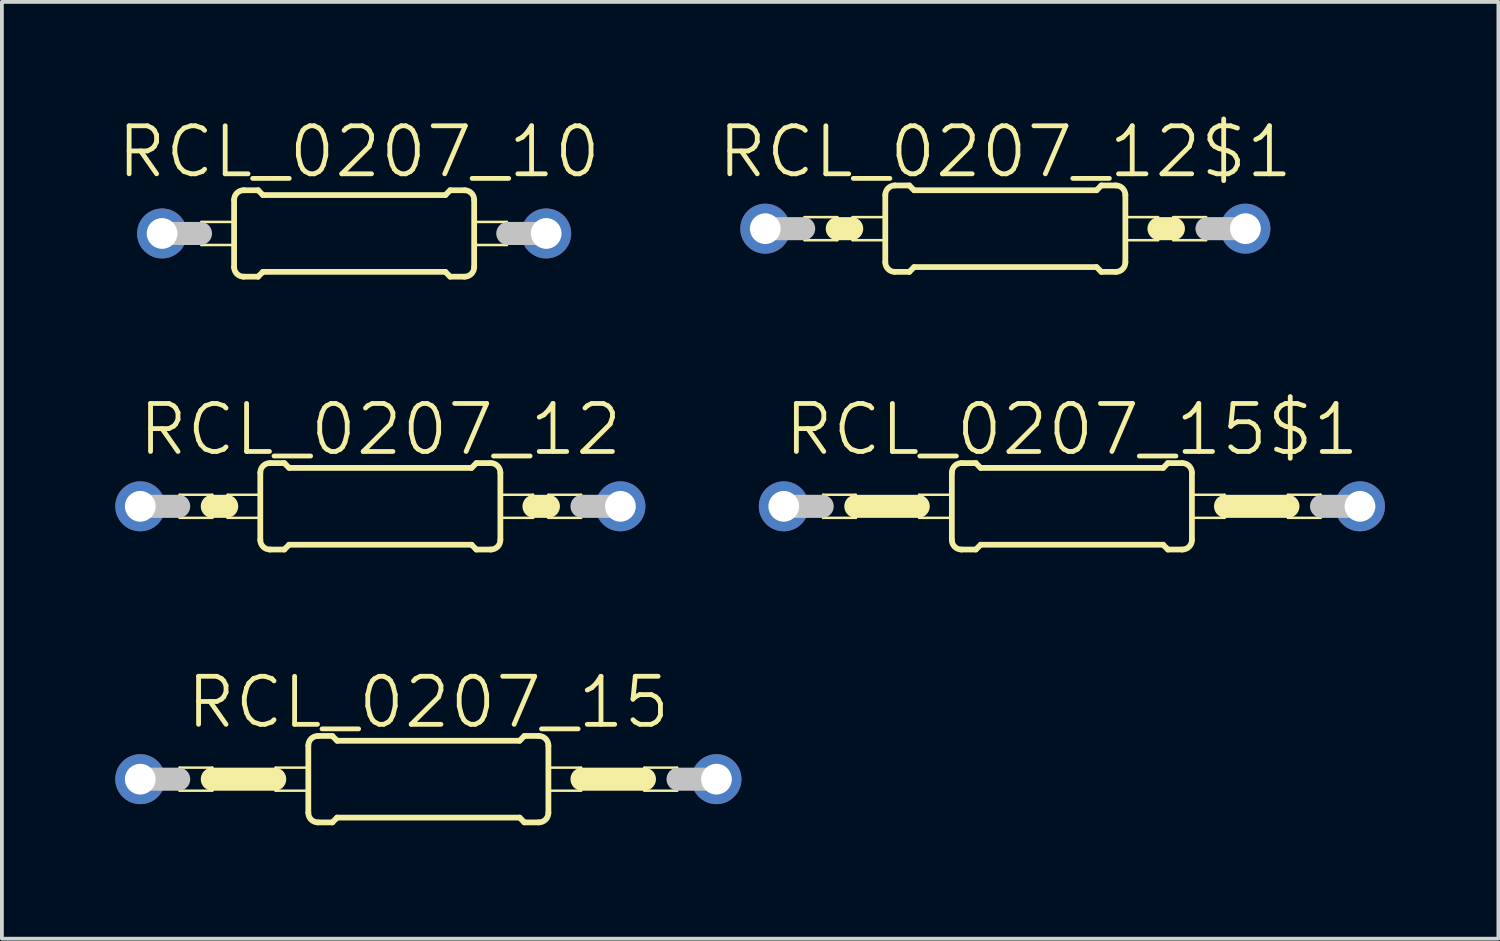
<source format=kicad_pcb>
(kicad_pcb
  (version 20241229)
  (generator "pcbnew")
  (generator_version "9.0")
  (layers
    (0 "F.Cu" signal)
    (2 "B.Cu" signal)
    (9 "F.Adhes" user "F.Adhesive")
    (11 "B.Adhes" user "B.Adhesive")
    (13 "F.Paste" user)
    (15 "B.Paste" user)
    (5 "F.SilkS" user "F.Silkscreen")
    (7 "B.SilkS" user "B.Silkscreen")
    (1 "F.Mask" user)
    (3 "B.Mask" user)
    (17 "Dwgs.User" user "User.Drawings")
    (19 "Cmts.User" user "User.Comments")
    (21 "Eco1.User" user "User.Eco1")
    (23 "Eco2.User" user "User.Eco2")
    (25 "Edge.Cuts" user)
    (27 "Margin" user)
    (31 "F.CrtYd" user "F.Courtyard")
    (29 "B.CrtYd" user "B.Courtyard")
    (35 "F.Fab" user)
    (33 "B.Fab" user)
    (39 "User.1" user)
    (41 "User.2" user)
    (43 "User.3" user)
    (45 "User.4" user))
  (footprint "RCL_0207_15$1"
    (layer "F.Cu")
    (at 25.301 10.342)
    (property "Reference" "RCL_0207_15$1" (at 0 -2.032 0) (layer "F.SilkS") (effects (font (size 1.27 1.27) (thickness 0.127))))
    (attr exclude_from_pos_files exclude_from_bom)
    (fp_line (start -6.579 -0.305) (end -5.715 -0.305) (stroke (width 0.066) (type solid)) (layer "F.SilkS"))
    (fp_line (start -6.579 0.305) (end -6.579 -0.305) (stroke (width 0.066) (type solid)) (layer "F.SilkS"))
    (fp_line (start -6.579 0.305) (end -5.715 0.305) (stroke (width 0.066) (type solid)) (layer "F.SilkS"))
    (fp_line (start -5.715 0) (end -4.064 0) (stroke (width 0.61) (type solid)) (layer "F.SilkS"))
    (fp_line (start -5.715 0.305) (end -5.715 -0.305) (stroke (width 0.066) (type solid)) (layer "F.SilkS"))
    (fp_line (start -4.039 -0.305) (end -3.175 -0.305) (stroke (width 0.066) (type solid)) (layer "F.SilkS"))
    (fp_line (start -4.039 0.305) (end -4.039 -0.305) (stroke (width 0.066) (type solid)) (layer "F.SilkS"))
    (fp_line (start -4.039 0.305) (end -3.175 0.305) (stroke (width 0.066) (type solid)) (layer "F.SilkS"))
    (fp_line (start -3.175 0.305) (end -3.175 -0.305) (stroke (width 0.066) (type solid)) (layer "F.SilkS"))
    (fp_line (start -3.175 0.889) (end -3.175 -0.889) (stroke (width 0.152) (type solid)) (layer "F.SilkS"))
    (fp_line (start -2.921 -1.143) (end -2.54 -1.143) (stroke (width 0.152) (type solid)) (layer "F.SilkS"))
    (fp_line (start -2.921 1.143) (end -2.54 1.143) (stroke (width 0.152) (type solid)) (layer "F.SilkS"))
    (fp_line (start -2.413 -1.016) (end -2.54 -1.143) (stroke (width 0.152) (type solid)) (layer "F.SilkS"))
    (fp_line (start -2.413 1.016) (end -2.54 1.143) (stroke (width 0.152) (type solid)) (layer "F.SilkS"))
    (fp_line (start 2.413 -1.016) (end -2.413 -1.016) (stroke (width 0.152) (type solid)) (layer "F.SilkS"))
    (fp_line (start 2.413 -1.016) (end 2.54 -1.143) (stroke (width 0.152) (type solid)) (layer "F.SilkS"))
    (fp_line (start 2.413 1.016) (end -2.413 1.016) (stroke (width 0.152) (type solid)) (layer "F.SilkS"))
    (fp_line (start 2.413 1.016) (end 2.54 1.143) (stroke (width 0.152) (type solid)) (layer "F.SilkS"))
    (fp_line (start 2.921 -1.143) (end 2.54 -1.143) (stroke (width 0.152) (type solid)) (layer "F.SilkS"))
    (fp_line (start 2.921 1.143) (end 2.54 1.143) (stroke (width 0.152) (type solid)) (layer "F.SilkS"))
    (fp_line (start 3.175 -0.305) (end 4.039 -0.305) (stroke (width 0.066) (type solid)) (layer "F.SilkS"))
    (fp_line (start 3.175 0.305) (end 3.175 -0.305) (stroke (width 0.066) (type solid)) (layer "F.SilkS"))
    (fp_line (start 3.175 0.305) (end 4.039 0.305) (stroke (width 0.066) (type solid)) (layer "F.SilkS"))
    (fp_line (start 3.175 0.889) (end 3.175 -0.889) (stroke (width 0.152) (type solid)) (layer "F.SilkS"))
    (fp_line (start 4.039 0.305) (end 4.039 -0.305) (stroke (width 0.066) (type solid)) (layer "F.SilkS"))
    (fp_line (start 5.715 -0.305) (end 6.579 -0.305) (stroke (width 0.066) (type solid)) (layer "F.SilkS"))
    (fp_line (start 5.715 0) (end 4.064 0) (stroke (width 0.61) (type solid)) (layer "F.SilkS"))
    (fp_line (start 5.715 0.305) (end 5.715 -0.305) (stroke (width 0.066) (type solid)) (layer "F.SilkS"))
    (fp_line (start 5.715 0.305) (end 6.579 0.305) (stroke (width 0.066) (type solid)) (layer "F.SilkS"))
    (fp_line (start 6.579 0.305) (end 6.579 -0.305) (stroke (width 0.066) (type solid)) (layer "F.SilkS"))
    (fp_arc (start -3.175 -0.889) (mid -3.100605 -1.068605) (end -2.921 -1.143) (stroke (width 0.1524) (type solid)) (layer "F.SilkS"))
    (fp_arc (start -2.921 1.143) (mid -3.100605 1.068605) (end -3.175 0.889) (stroke (width 0.1524) (type solid)) (layer "F.SilkS"))
    (fp_arc (start 2.921 -1.143) (mid 3.100605 -1.068605) (end 3.175 -0.889) (stroke (width 0.1524) (type solid)) (layer "F.SilkS"))
    (fp_arc (start 3.175 0.889) (mid 3.100605 1.068605) (end 2.921 1.143) (stroke (width 0.1524) (type solid)) (layer "F.SilkS"))
    (fp_line (start -7.62 0) (end -6.604 0) (stroke (width 0.61) (type solid)) (layer "Dwgs.User"))
    (fp_line (start 7.62 0) (end 6.604 0) (stroke (width 0.61) (type solid)) (layer "Dwgs.User"))
    (pad "1" thru_hole circle (at -7.62 0) (size 1.321 1.321) (drill 0.813) (layers "*.Cu" "*.Paste" "*.Mask"))
    (pad "2" thru_hole circle (at 7.62 0) (size 1.321 1.321) (drill 0.813) (layers "*.Cu" "*.Paste" "*.Mask")))
  (footprint "RCL_0207_12$1"
    (layer "F.Cu")
    (at 23.541 2.998)
    (property "Reference" "RCL_0207_12$1" (at 0 -2.032 0) (layer "F.SilkS") (effects (font (size 1.27 1.27) (thickness 0.127))))
    (attr exclude_from_pos_files exclude_from_bom)
    (fp_line (start -5.309 -0.305) (end -4.445 -0.305) (stroke (width 0.066) (type solid)) (layer "F.SilkS"))
    (fp_line (start -5.309 0.305) (end -5.309 -0.305) (stroke (width 0.066) (type solid)) (layer "F.SilkS"))
    (fp_line (start -5.309 0.305) (end -4.445 0.305) (stroke (width 0.066) (type solid)) (layer "F.SilkS"))
    (fp_line (start -4.445 0) (end -4.064 0) (stroke (width 0.61) (type solid)) (layer "F.SilkS"))
    (fp_line (start -4.445 0.305) (end -4.445 -0.305) (stroke (width 0.066) (type solid)) (layer "F.SilkS"))
    (fp_line (start -4.039 -0.305) (end -3.175 -0.305) (stroke (width 0.066) (type solid)) (layer "F.SilkS"))
    (fp_line (start -4.039 0.305) (end -4.039 -0.305) (stroke (width 0.066) (type solid)) (layer "F.SilkS"))
    (fp_line (start -4.039 0.305) (end -3.175 0.305) (stroke (width 0.066) (type solid)) (layer "F.SilkS"))
    (fp_line (start -3.175 0.305) (end -3.175 -0.305) (stroke (width 0.066) (type solid)) (layer "F.SilkS"))
    (fp_line (start -3.175 0.889) (end -3.175 -0.889) (stroke (width 0.152) (type solid)) (layer "F.SilkS"))
    (fp_line (start -2.921 -1.143) (end -2.54 -1.143) (stroke (width 0.152) (type solid)) (layer "F.SilkS"))
    (fp_line (start -2.921 1.143) (end -2.54 1.143) (stroke (width 0.152) (type solid)) (layer "F.SilkS"))
    (fp_line (start -2.413 -1.016) (end -2.54 -1.143) (stroke (width 0.152) (type solid)) (layer "F.SilkS"))
    (fp_line (start -2.413 1.016) (end -2.54 1.143) (stroke (width 0.152) (type solid)) (layer "F.SilkS"))
    (fp_line (start 2.413 -1.016) (end -2.413 -1.016) (stroke (width 0.152) (type solid)) (layer "F.SilkS"))
    (fp_line (start 2.413 -1.016) (end 2.54 -1.143) (stroke (width 0.152) (type solid)) (layer "F.SilkS"))
    (fp_line (start 2.413 1.016) (end -2.413 1.016) (stroke (width 0.152) (type solid)) (layer "F.SilkS"))
    (fp_line (start 2.413 1.016) (end 2.54 1.143) (stroke (width 0.152) (type solid)) (layer "F.SilkS"))
    (fp_line (start 2.921 -1.143) (end 2.54 -1.143) (stroke (width 0.152) (type solid)) (layer "F.SilkS"))
    (fp_line (start 2.921 1.143) (end 2.54 1.143) (stroke (width 0.152) (type solid)) (layer "F.SilkS"))
    (fp_line (start 3.175 -0.305) (end 4.039 -0.305) (stroke (width 0.066) (type solid)) (layer "F.SilkS"))
    (fp_line (start 3.175 0.305) (end 3.175 -0.305) (stroke (width 0.066) (type solid)) (layer "F.SilkS"))
    (fp_line (start 3.175 0.305) (end 4.039 0.305) (stroke (width 0.066) (type solid)) (layer "F.SilkS"))
    (fp_line (start 3.175 0.889) (end 3.175 -0.889) (stroke (width 0.152) (type solid)) (layer "F.SilkS"))
    (fp_line (start 4.039 0.305) (end 4.039 -0.305) (stroke (width 0.066) (type solid)) (layer "F.SilkS"))
    (fp_line (start 4.445 -0.305) (end 5.309 -0.305) (stroke (width 0.066) (type solid)) (layer "F.SilkS"))
    (fp_line (start 4.445 0) (end 4.064 0) (stroke (width 0.61) (type solid)) (layer "F.SilkS"))
    (fp_line (start 4.445 0.305) (end 4.445 -0.305) (stroke (width 0.066) (type solid)) (layer "F.SilkS"))
    (fp_line (start 4.445 0.305) (end 5.309 0.305) (stroke (width 0.066) (type solid)) (layer "F.SilkS"))
    (fp_line (start 5.309 0.305) (end 5.309 -0.305) (stroke (width 0.066) (type solid)) (layer "F.SilkS"))
    (fp_arc (start -3.175 -0.889) (mid -3.100605 -1.068605) (end -2.921 -1.143) (stroke (width 0.1524) (type solid)) (layer "F.SilkS"))
    (fp_arc (start -2.921 1.143) (mid -3.100605 1.068605) (end -3.175 0.889) (stroke (width 0.1524) (type solid)) (layer "F.SilkS"))
    (fp_arc (start 2.921 -1.143) (mid 3.100605 -1.068605) (end 3.175 -0.889) (stroke (width 0.1524) (type solid)) (layer "F.SilkS"))
    (fp_arc (start 3.175 0.889) (mid 3.100605 1.068605) (end 2.921 1.143) (stroke (width 0.1524) (type solid)) (layer "F.SilkS"))
    (fp_line (start -6.35 0) (end -5.334 0) (stroke (width 0.61) (type solid)) (layer "Dwgs.User"))
    (fp_line (start 6.35 0) (end 5.334 0) (stroke (width 0.61) (type solid)) (layer "Dwgs.User"))
    (pad "1" thru_hole circle (at -6.35 0) (size 1.321 1.321) (drill 0.813) (layers "*.Cu" "*.Paste" "*.Mask"))
    (pad "2" thru_hole circle (at 6.35 0) (size 1.321 1.321) (drill 0.813) (layers "*.Cu" "*.Paste" "*.Mask")))
  (footprint "RCL_0207_10"
    (layer "F.Cu")
    (at 6.317 3.125)
    (property "Reference" "RCL_0207_10" (at 0.127 -2.159 0) (layer "F.SilkS") (effects (font (size 1.27 1.27) (thickness 0.127))))
    (attr exclude_from_pos_files exclude_from_bom)
    (fp_line (start -4.039 -0.305) (end -3.175 -0.305) (stroke (width 0.066) (type solid)) (layer "F.SilkS"))
    (fp_line (start -4.039 0.305) (end -4.039 -0.305) (stroke (width 0.066) (type solid)) (layer "F.SilkS"))
    (fp_line (start -4.039 0.305) (end -3.175 0.305) (stroke (width 0.066) (type solid)) (layer "F.SilkS"))
    (fp_line (start -3.175 0.305) (end -3.175 -0.305) (stroke (width 0.066) (type solid)) (layer "F.SilkS"))
    (fp_line (start -3.175 0.889) (end -3.175 -0.889) (stroke (width 0.152) (type solid)) (layer "F.SilkS"))
    (fp_line (start -2.921 -1.143) (end -2.54 -1.143) (stroke (width 0.152) (type solid)) (layer "F.SilkS"))
    (fp_line (start -2.921 1.143) (end -2.54 1.143) (stroke (width 0.152) (type solid)) (layer "F.SilkS"))
    (fp_line (start -2.413 -1.016) (end -2.54 -1.143) (stroke (width 0.152) (type solid)) (layer "F.SilkS"))
    (fp_line (start -2.413 1.016) (end -2.54 1.143) (stroke (width 0.152) (type solid)) (layer "F.SilkS"))
    (fp_line (start 2.413 -1.016) (end -2.413 -1.016) (stroke (width 0.152) (type solid)) (layer "F.SilkS"))
    (fp_line (start 2.413 -1.016) (end 2.54 -1.143) (stroke (width 0.152) (type solid)) (layer "F.SilkS"))
    (fp_line (start 2.413 1.016) (end -2.413 1.016) (stroke (width 0.152) (type solid)) (layer "F.SilkS"))
    (fp_line (start 2.413 1.016) (end 2.54 1.143) (stroke (width 0.152) (type solid)) (layer "F.SilkS"))
    (fp_line (start 2.921 -1.143) (end 2.54 -1.143) (stroke (width 0.152) (type solid)) (layer "F.SilkS"))
    (fp_line (start 2.921 1.143) (end 2.54 1.143) (stroke (width 0.152) (type solid)) (layer "F.SilkS"))
    (fp_line (start 3.175 -0.305) (end 4.039 -0.305) (stroke (width 0.066) (type solid)) (layer "F.SilkS"))
    (fp_line (start 3.175 0.305) (end 3.175 -0.305) (stroke (width 0.066) (type solid)) (layer "F.SilkS"))
    (fp_line (start 3.175 0.305) (end 4.039 0.305) (stroke (width 0.066) (type solid)) (layer "F.SilkS"))
    (fp_line (start 3.175 0.889) (end 3.175 -0.889) (stroke (width 0.152) (type solid)) (layer "F.SilkS"))
    (fp_line (start 4.039 0.305) (end 4.039 -0.305) (stroke (width 0.066) (type solid)) (layer "F.SilkS"))
    (fp_arc (start -3.175 -0.889) (mid -3.100605 -1.068605) (end -2.921 -1.143) (stroke (width 0.1524) (type solid)) (layer "F.SilkS"))
    (fp_arc (start -2.921 1.143) (mid -3.100605 1.068605) (end -3.175 0.889) (stroke (width 0.1524) (type solid)) (layer "F.SilkS"))
    (fp_arc (start 2.921 -1.143) (mid 3.100605 -1.068605) (end 3.175 -0.889) (stroke (width 0.1524) (type solid)) (layer "F.SilkS"))
    (fp_arc (start 3.175 0.889) (mid 3.100605 1.068605) (end 2.921 1.143) (stroke (width 0.1524) (type solid)) (layer "F.SilkS"))
    (fp_line (start -5.08 0) (end -4.064 0) (stroke (width 0.61) (type solid)) (layer "Dwgs.User"))
    (fp_line (start 5.08 0) (end 4.064 0) (stroke (width 0.61) (type solid)) (layer "Dwgs.User"))
    (pad "1" thru_hole circle (at -5.08 0) (size 1.321 1.321) (drill 0.813) (layers "*.Cu" "*.Paste" "*.Mask"))
    (pad "2" thru_hole circle (at 5.08 0) (size 1.321 1.321) (drill 0.813) (layers "*.Cu" "*.Paste" "*.Mask")))
  (footprint "RCL_0207_12"
    (layer "F.Cu")
    (at 7.01 10.342)
    (property "Reference" "RCL_0207_12" (at 0 -2.032 0) (layer "F.SilkS") (effects (font (size 1.27 1.27) (thickness 0.127))))
    (attr exclude_from_pos_files exclude_from_bom)
    (fp_line (start -5.309 -0.305) (end -4.445 -0.305) (stroke (width 0.066) (type solid)) (layer "F.SilkS"))
    (fp_line (start -5.309 0.305) (end -5.309 -0.305) (stroke (width 0.066) (type solid)) (layer "F.SilkS"))
    (fp_line (start -5.309 0.305) (end -4.445 0.305) (stroke (width 0.066) (type solid)) (layer "F.SilkS"))
    (fp_line (start -4.445 0) (end -4.064 0) (stroke (width 0.61) (type solid)) (layer "F.SilkS"))
    (fp_line (start -4.445 0.305) (end -4.445 -0.305) (stroke (width 0.066) (type solid)) (layer "F.SilkS"))
    (fp_line (start -4.039 -0.305) (end -3.175 -0.305) (stroke (width 0.066) (type solid)) (layer "F.SilkS"))
    (fp_line (start -4.039 0.305) (end -4.039 -0.305) (stroke (width 0.066) (type solid)) (layer "F.SilkS"))
    (fp_line (start -4.039 0.305) (end -3.175 0.305) (stroke (width 0.066) (type solid)) (layer "F.SilkS"))
    (fp_line (start -3.175 0.305) (end -3.175 -0.305) (stroke (width 0.066) (type solid)) (layer "F.SilkS"))
    (fp_line (start -3.175 0.889) (end -3.175 -0.889) (stroke (width 0.152) (type solid)) (layer "F.SilkS"))
    (fp_line (start -2.921 -1.143) (end -2.54 -1.143) (stroke (width 0.152) (type solid)) (layer "F.SilkS"))
    (fp_line (start -2.921 1.143) (end -2.54 1.143) (stroke (width 0.152) (type solid)) (layer "F.SilkS"))
    (fp_line (start -2.413 -1.016) (end -2.54 -1.143) (stroke (width 0.152) (type solid)) (layer "F.SilkS"))
    (fp_line (start -2.413 1.016) (end -2.54 1.143) (stroke (width 0.152) (type solid)) (layer "F.SilkS"))
    (fp_line (start 2.413 -1.016) (end -2.413 -1.016) (stroke (width 0.152) (type solid)) (layer "F.SilkS"))
    (fp_line (start 2.413 -1.016) (end 2.54 -1.143) (stroke (width 0.152) (type solid)) (layer "F.SilkS"))
    (fp_line (start 2.413 1.016) (end -2.413 1.016) (stroke (width 0.152) (type solid)) (layer "F.SilkS"))
    (fp_line (start 2.413 1.016) (end 2.54 1.143) (stroke (width 0.152) (type solid)) (layer "F.SilkS"))
    (fp_line (start 2.921 -1.143) (end 2.54 -1.143) (stroke (width 0.152) (type solid)) (layer "F.SilkS"))
    (fp_line (start 2.921 1.143) (end 2.54 1.143) (stroke (width 0.152) (type solid)) (layer "F.SilkS"))
    (fp_line (start 3.175 -0.305) (end 4.039 -0.305) (stroke (width 0.066) (type solid)) (layer "F.SilkS"))
    (fp_line (start 3.175 0.305) (end 3.175 -0.305) (stroke (width 0.066) (type solid)) (layer "F.SilkS"))
    (fp_line (start 3.175 0.305) (end 4.039 0.305) (stroke (width 0.066) (type solid)) (layer "F.SilkS"))
    (fp_line (start 3.175 0.889) (end 3.175 -0.889) (stroke (width 0.152) (type solid)) (layer "F.SilkS"))
    (fp_line (start 4.039 0.305) (end 4.039 -0.305) (stroke (width 0.066) (type solid)) (layer "F.SilkS"))
    (fp_line (start 4.445 -0.305) (end 5.309 -0.305) (stroke (width 0.066) (type solid)) (layer "F.SilkS"))
    (fp_line (start 4.445 0) (end 4.064 0) (stroke (width 0.61) (type solid)) (layer "F.SilkS"))
    (fp_line (start 4.445 0.305) (end 4.445 -0.305) (stroke (width 0.066) (type solid)) (layer "F.SilkS"))
    (fp_line (start 4.445 0.305) (end 5.309 0.305) (stroke (width 0.066) (type solid)) (layer "F.SilkS"))
    (fp_line (start 5.309 0.305) (end 5.309 -0.305) (stroke (width 0.066) (type solid)) (layer "F.SilkS"))
    (fp_arc (start -3.175 -0.889) (mid -3.100605 -1.068605) (end -2.921 -1.143) (stroke (width 0.1524) (type solid)) (layer "F.SilkS"))
    (fp_arc (start -2.921 1.143) (mid -3.100605 1.068605) (end -3.175 0.889) (stroke (width 0.1524) (type solid)) (layer "F.SilkS"))
    (fp_arc (start 2.921 -1.143) (mid 3.100605 -1.068605) (end 3.175 -0.889) (stroke (width 0.1524) (type solid)) (layer "F.SilkS"))
    (fp_arc (start 3.175 0.889) (mid 3.100605 1.068605) (end 2.921 1.143) (stroke (width 0.1524) (type solid)) (layer "F.SilkS"))
    (fp_line (start -6.35 0) (end -5.334 0) (stroke (width 0.61) (type solid)) (layer "Dwgs.User"))
    (fp_line (start 6.35 0) (end 5.334 0) (stroke (width 0.61) (type solid)) (layer "Dwgs.User"))
    (pad "1" thru_hole circle (at -6.35 0) (size 1.321 1.321) (drill 0.813) (layers "*.Cu" "*.Paste" "*.Mask"))
    (pad "2" thru_hole circle (at 6.35 0) (size 1.321 1.321) (drill 0.813) (layers "*.Cu" "*.Paste" "*.Mask")))
  (footprint "RCL_0207_15"
    (layer "F.Cu")
    (at 8.28 17.559)
    (property "Reference" "RCL_0207_15" (at 0 -2.032 0) (layer "F.SilkS") (effects (font (size 1.27 1.27) (thickness 0.127))))
    (attr exclude_from_pos_files exclude_from_bom)
    (fp_line (start -6.579 -0.305) (end -5.715 -0.305) (stroke (width 0.066) (type solid)) (layer "F.SilkS"))
    (fp_line (start -6.579 0.305) (end -6.579 -0.305) (stroke (width 0.066) (type solid)) (layer "F.SilkS"))
    (fp_line (start -6.579 0.305) (end -5.715 0.305) (stroke (width 0.066) (type solid)) (layer "F.SilkS"))
    (fp_line (start -5.715 0) (end -4.064 0) (stroke (width 0.61) (type solid)) (layer "F.SilkS"))
    (fp_line (start -5.715 0.305) (end -5.715 -0.305) (stroke (width 0.066) (type solid)) (layer "F.SilkS"))
    (fp_line (start -4.039 -0.305) (end -3.175 -0.305) (stroke (width 0.066) (type solid)) (layer "F.SilkS"))
    (fp_line (start -4.039 0.305) (end -4.039 -0.305) (stroke (width 0.066) (type solid)) (layer "F.SilkS"))
    (fp_line (start -4.039 0.305) (end -3.175 0.305) (stroke (width 0.066) (type solid)) (layer "F.SilkS"))
    (fp_line (start -3.175 0.305) (end -3.175 -0.305) (stroke (width 0.066) (type solid)) (layer "F.SilkS"))
    (fp_line (start -3.175 0.889) (end -3.175 -0.889) (stroke (width 0.152) (type solid)) (layer "F.SilkS"))
    (fp_line (start -2.921 -1.143) (end -2.54 -1.143) (stroke (width 0.152) (type solid)) (layer "F.SilkS"))
    (fp_line (start -2.921 1.143) (end -2.54 1.143) (stroke (width 0.152) (type solid)) (layer "F.SilkS"))
    (fp_line (start -2.413 -1.016) (end -2.54 -1.143) (stroke (width 0.152) (type solid)) (layer "F.SilkS"))
    (fp_line (start -2.413 1.016) (end -2.54 1.143) (stroke (width 0.152) (type solid)) (layer "F.SilkS"))
    (fp_line (start 2.413 -1.016) (end -2.413 -1.016) (stroke (width 0.152) (type solid)) (layer "F.SilkS"))
    (fp_line (start 2.413 -1.016) (end 2.54 -1.143) (stroke (width 0.152) (type solid)) (layer "F.SilkS"))
    (fp_line (start 2.413 1.016) (end -2.413 1.016) (stroke (width 0.152) (type solid)) (layer "F.SilkS"))
    (fp_line (start 2.413 1.016) (end 2.54 1.143) (stroke (width 0.152) (type solid)) (layer "F.SilkS"))
    (fp_line (start 2.921 -1.143) (end 2.54 -1.143) (stroke (width 0.152) (type solid)) (layer "F.SilkS"))
    (fp_line (start 2.921 1.143) (end 2.54 1.143) (stroke (width 0.152) (type solid)) (layer "F.SilkS"))
    (fp_line (start 3.175 -0.305) (end 4.039 -0.305) (stroke (width 0.066) (type solid)) (layer "F.SilkS"))
    (fp_line (start 3.175 0.305) (end 3.175 -0.305) (stroke (width 0.066) (type solid)) (layer "F.SilkS"))
    (fp_line (start 3.175 0.305) (end 4.039 0.305) (stroke (width 0.066) (type solid)) (layer "F.SilkS"))
    (fp_line (start 3.175 0.889) (end 3.175 -0.889) (stroke (width 0.152) (type solid)) (layer "F.SilkS"))
    (fp_line (start 4.039 0.305) (end 4.039 -0.305) (stroke (width 0.066) (type solid)) (layer "F.SilkS"))
    (fp_line (start 5.715 -0.305) (end 6.579 -0.305) (stroke (width 0.066) (type solid)) (layer "F.SilkS"))
    (fp_line (start 5.715 0) (end 4.064 0) (stroke (width 0.61) (type solid)) (layer "F.SilkS"))
    (fp_line (start 5.715 0.305) (end 5.715 -0.305) (stroke (width 0.066) (type solid)) (layer "F.SilkS"))
    (fp_line (start 5.715 0.305) (end 6.579 0.305) (stroke (width 0.066) (type solid)) (layer "F.SilkS"))
    (fp_line (start 6.579 0.305) (end 6.579 -0.305) (stroke (width 0.066) (type solid)) (layer "F.SilkS"))
    (fp_arc (start -3.175 -0.889) (mid -3.100605 -1.068605) (end -2.921 -1.143) (stroke (width 0.1524) (type solid)) (layer "F.SilkS"))
    (fp_arc (start -2.921 1.143) (mid -3.100605 1.068605) (end -3.175 0.889) (stroke (width 0.1524) (type solid)) (layer "F.SilkS"))
    (fp_arc (start 2.921 -1.143) (mid 3.100605 -1.068605) (end 3.175 -0.889) (stroke (width 0.1524) (type solid)) (layer "F.SilkS"))
    (fp_arc (start 3.175 0.889) (mid 3.100605 1.068605) (end 2.921 1.143) (stroke (width 0.1524) (type solid)) (layer "F.SilkS"))
    (fp_line (start -7.62 0) (end -6.604 0) (stroke (width 0.61) (type solid)) (layer "Dwgs.User"))
    (fp_line (start 7.62 0) (end 6.604 0) (stroke (width 0.61) (type solid)) (layer "Dwgs.User"))
    (pad "1" thru_hole circle (at -7.62 0) (size 1.321 1.321) (drill 0.813) (layers "*.Cu" "*.Paste" "*.Mask"))
    (pad "2" thru_hole circle (at 7.62 0) (size 1.321 1.321) (drill 0.813) (layers "*.Cu" "*.Paste" "*.Mask")))
  (gr_rect
    (start -3 -3)
    (end 36.582 21.778)
    (stroke (width 0.1) (type default))
    (fill no)
    (layer "Edge.Cuts")))
</source>
